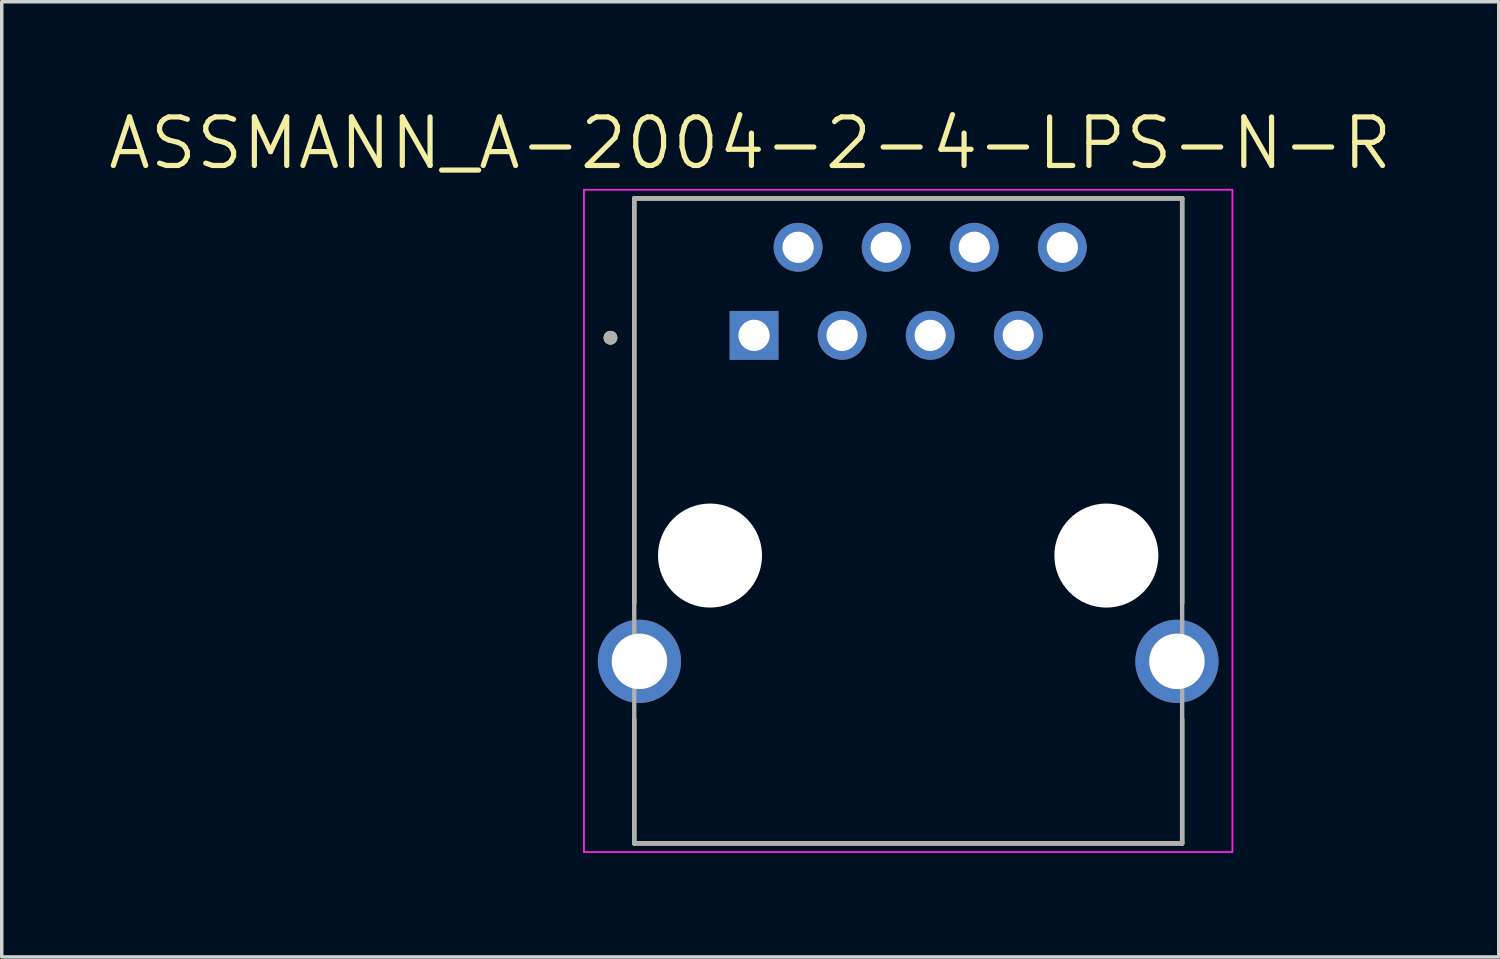
<source format=kicad_pcb>
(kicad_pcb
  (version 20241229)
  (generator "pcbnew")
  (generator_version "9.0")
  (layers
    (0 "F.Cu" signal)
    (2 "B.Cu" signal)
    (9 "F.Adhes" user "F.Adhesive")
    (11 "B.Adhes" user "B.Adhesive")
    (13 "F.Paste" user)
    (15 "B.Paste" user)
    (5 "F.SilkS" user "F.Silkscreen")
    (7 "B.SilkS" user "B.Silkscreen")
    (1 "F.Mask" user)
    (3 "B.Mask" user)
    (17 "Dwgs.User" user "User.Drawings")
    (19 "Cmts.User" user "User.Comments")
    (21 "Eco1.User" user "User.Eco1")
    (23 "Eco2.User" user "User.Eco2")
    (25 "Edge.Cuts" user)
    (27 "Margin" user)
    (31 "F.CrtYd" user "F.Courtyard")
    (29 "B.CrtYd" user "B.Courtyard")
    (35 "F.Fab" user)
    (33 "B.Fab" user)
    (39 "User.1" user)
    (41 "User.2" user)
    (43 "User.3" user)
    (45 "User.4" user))
  (footprint "ASSMANN_A-2004-2-4-LPS-N-R"
    (layer "F.Cu")
    (at 23.14 12.971)
    (property "Reference" "ASSMANN_A-2004-2-4-LPS-N-R" (at -4.555 -11.889 0) (layer "F.SilkS") (effects (font (size 1.4 1.4) (thickness 0.15))))
    (attr through_hole)
    (fp_line (start -7.9 -10.3) (end 7.9 -10.3) (stroke (width 0.127) (type solid)) (layer "F.SilkS"))
    (fp_line (start -7.9 1.38) (end -7.9 -10.3) (stroke (width 0.127) (type solid)) (layer "F.SilkS"))
    (fp_line (start -7.9 8.3) (end -7.9 4.72) (stroke (width 0.127) (type solid)) (layer "F.SilkS"))
    (fp_line (start 7.9 -10.3) (end 7.9 1.38) (stroke (width 0.127) (type solid)) (layer "F.SilkS"))
    (fp_line (start 7.9 4.72) (end 7.9 8.3) (stroke (width 0.127) (type solid)) (layer "F.SilkS"))
    (fp_line (start 7.9 8.3) (end -7.9 8.3) (stroke (width 0.127) (type solid)) (layer "F.SilkS"))
    (fp_circle (center -8.586 -6.281) (end -8.486 -6.281) (stroke (width 0.2) (type solid)) (fill no) (layer "F.SilkS"))
    (fp_line (start -9.35 -10.55) (end -9.35 8.55) (stroke (width 0.05) (type solid)) (layer "F.CrtYd"))
    (fp_line (start -9.35 8.55) (end 9.35 8.55) (stroke (width 0.05) (type solid)) (layer "F.CrtYd"))
    (fp_line (start 9.35 -10.55) (end -9.35 -10.55) (stroke (width 0.05) (type solid)) (layer "F.CrtYd"))
    (fp_line (start 9.35 8.55) (end 9.35 -10.55) (stroke (width 0.05) (type solid)) (layer "F.CrtYd"))
    (fp_line (start -7.9 -10.3) (end 7.9 -10.3) (stroke (width 0.127) (type solid)) (layer "F.Fab"))
    (fp_line (start -7.9 8.3) (end -7.9 -10.3) (stroke (width 0.127) (type solid)) (layer "F.Fab"))
    (fp_line (start 7.9 -10.3) (end 7.9 8.3) (stroke (width 0.127) (type solid)) (layer "F.Fab"))
    (fp_line (start 7.9 8.3) (end -7.9 8.3) (stroke (width 0.127) (type solid)) (layer "F.Fab"))
    (fp_circle (center -8.586 -6.281) (end -8.486 -6.281) (stroke (width 0.2) (type solid)) (fill no) (layer "F.Fab"))
    (pad "" np_thru_hole circle (at -5.715 0) (size 3 3) (drill 3) (layers "*.Cu" "*.Mask"))
    (pad "" np_thru_hole circle (at 5.715 0) (size 3 3) (drill 3) (layers "*.Cu" "*.Mask"))
    (pad "1" thru_hole rect (at -4.445 -6.35) (size 1.408 1.408) (drill 0.9) (layers "*.Cu" "*.Mask"))
    (pad "2" thru_hole circle (at -3.175 -8.89) (size 1.408 1.408) (drill 0.9) (layers "*.Cu" "*.Mask"))
    (pad "3" thru_hole circle (at -1.905 -6.35) (size 1.408 1.408) (drill 0.9) (layers "*.Cu" "*.Mask"))
    (pad "4" thru_hole circle (at -0.635 -8.89) (size 1.408 1.408) (drill 0.9) (layers "*.Cu" "*.Mask"))
    (pad "5" thru_hole circle (at 0.635 -6.35) (size 1.408 1.408) (drill 0.9) (layers "*.Cu" "*.Mask"))
    (pad "6" thru_hole circle (at 1.905 -8.89) (size 1.408 1.408) (drill 0.9) (layers "*.Cu" "*.Mask"))
    (pad "7" thru_hole circle (at 3.175 -6.35) (size 1.408 1.408) (drill 0.9) (layers "*.Cu" "*.Mask"))
    (pad "8" thru_hole circle (at 4.445 -8.89) (size 1.408 1.408) (drill 0.9) (layers "*.Cu" "*.Mask"))
    (pad "S1" thru_hole circle (at -7.75 3.05) (size 2.4 2.4) (drill 1.6) (layers "*.Cu" "*.Mask"))
    (pad "S2" thru_hole circle (at 7.75 3.05) (size 2.4 2.4) (drill 1.6) (layers "*.Cu" "*.Mask")))
  (gr_rect
    (start -3 -3)
    (end 40.17 24.546)
    (stroke (width 0.1) (type default))
    (fill no)
    (layer "Edge.Cuts")))
</source>
